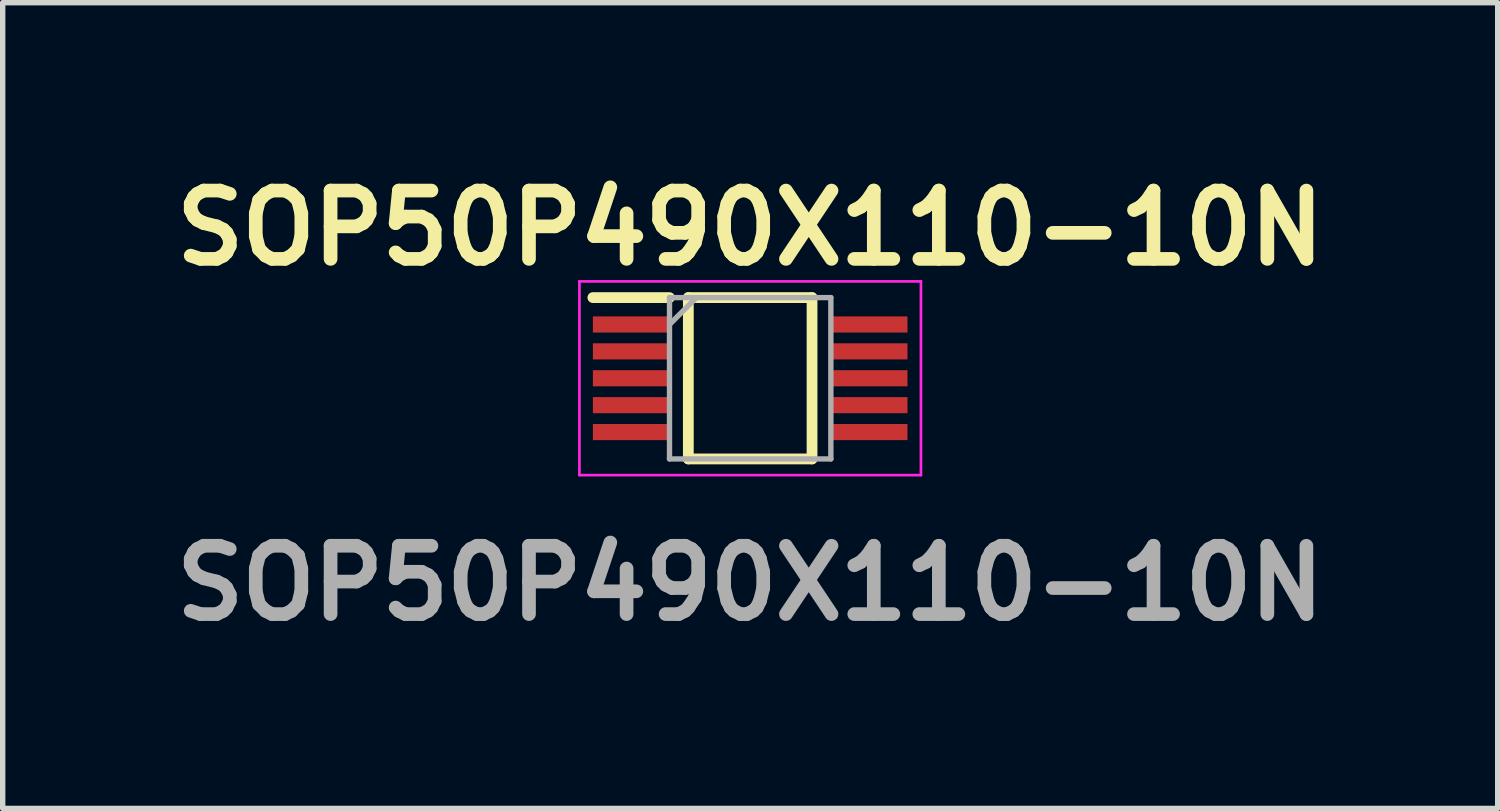
<source format=kicad_pcb>
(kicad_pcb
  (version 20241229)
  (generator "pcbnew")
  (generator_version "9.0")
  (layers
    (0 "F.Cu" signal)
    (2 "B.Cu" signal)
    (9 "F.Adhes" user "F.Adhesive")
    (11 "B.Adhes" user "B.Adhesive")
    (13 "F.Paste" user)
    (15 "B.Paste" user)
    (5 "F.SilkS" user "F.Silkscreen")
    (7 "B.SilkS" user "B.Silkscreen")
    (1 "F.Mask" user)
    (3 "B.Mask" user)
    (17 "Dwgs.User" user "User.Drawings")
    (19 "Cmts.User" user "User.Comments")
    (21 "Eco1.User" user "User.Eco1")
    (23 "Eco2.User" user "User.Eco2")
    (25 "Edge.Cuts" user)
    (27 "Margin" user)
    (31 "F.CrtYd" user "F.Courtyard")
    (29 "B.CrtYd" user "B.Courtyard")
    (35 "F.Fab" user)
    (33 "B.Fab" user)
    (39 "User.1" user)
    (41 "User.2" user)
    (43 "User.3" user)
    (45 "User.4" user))
  (footprint "SOP50P490X110-10N"
    (layer "F.Cu")
    (at 10.898 3.983)
    (property "Reference" "SOP50P490X110-10N" (at 0 -2.794 0) (layer "F.SilkS") (effects (font (size 1.27 1.27) (thickness 0.254))))
    (attr smd)
    (fp_line (start -2.925 -1.5) (end -1.5 -1.5) (stroke (width 0.2) (type solid)) (layer "F.SilkS"))
    (fp_line (start -1.15 -1.5) (end 1.15 -1.5) (stroke (width 0.2) (type solid)) (layer "F.SilkS"))
    (fp_line (start -1.15 1.5) (end -1.15 -1.5) (stroke (width 0.2) (type solid)) (layer "F.SilkS"))
    (fp_line (start 1.15 -1.5) (end 1.15 1.5) (stroke (width 0.2) (type solid)) (layer "F.SilkS"))
    (fp_line (start 1.15 1.5) (end -1.15 1.5) (stroke (width 0.2) (type solid)) (layer "F.SilkS"))
    (fp_line (start -3.175 -1.801) (end 3.175 -1.801) (stroke (width 0.05) (type solid)) (layer "F.CrtYd"))
    (fp_line (start -3.175 1.801) (end -3.175 -1.801) (stroke (width 0.05) (type solid)) (layer "F.CrtYd"))
    (fp_line (start 3.175 -1.801) (end 3.175 1.801) (stroke (width 0.05) (type solid)) (layer "F.CrtYd"))
    (fp_line (start 3.175 1.801) (end -3.175 1.801) (stroke (width 0.05) (type solid)) (layer "F.CrtYd"))
    (fp_line (start -1.5 -1.5) (end 1.5 -1.5) (stroke (width 0.1) (type solid)) (layer "F.Fab"))
    (fp_line (start -1.5 -1) (end -1 -1.5) (stroke (width 0.1) (type solid)) (layer "F.Fab"))
    (fp_line (start -1.5 1.5) (end -1.5 -1.5) (stroke (width 0.1) (type solid)) (layer "F.Fab"))
    (fp_line (start 1.5 -1.5) (end 1.5 1.5) (stroke (width 0.1) (type solid)) (layer "F.Fab"))
    (fp_line (start 1.5 1.5) (end -1.5 1.5) (stroke (width 0.1) (type solid)) (layer "F.Fab"))
    (fp_text user "${REFERENCE}" (at 0 3.81 0) (layer "F.Fab") (effects (font (size 1.27 1.27) (thickness 0.254))))
    (pad "1" smd rect (at -2.212 -1 90) (size 0.3 1.425) (layers "F.Cu" "F.Mask" "F.Paste"))
    (pad "2" smd rect (at -2.212 -0.5 90) (size 0.3 1.425) (layers "F.Cu" "F.Mask" "F.Paste"))
    (pad "3" smd rect (at -2.212 0 90) (size 0.3 1.425) (layers "F.Cu" "F.Mask" "F.Paste"))
    (pad "4" smd rect (at -2.212 0.5 90) (size 0.3 1.425) (layers "F.Cu" "F.Mask" "F.Paste"))
    (pad "5" smd rect (at -2.212 1 90) (size 0.3 1.425) (layers "F.Cu" "F.Mask" "F.Paste"))
    (pad "6" smd rect (at 2.212 1 90) (size 0.3 1.425) (layers "F.Cu" "F.Mask" "F.Paste"))
    (pad "7" smd rect (at 2.212 0.5 90) (size 0.3 1.425) (layers "F.Cu" "F.Mask" "F.Paste"))
    (pad "8" smd rect (at 2.212 0 90) (size 0.3 1.425) (layers "F.Cu" "F.Mask" "F.Paste"))
    (pad "9" smd rect (at 2.212 -0.5 90) (size 0.3 1.425) (layers "F.Cu" "F.Mask" "F.Paste"))
    (pad "10" smd rect (at 2.212 -1 90) (size 0.3 1.425) (layers "F.Cu" "F.Mask" "F.Paste")))
  (gr_rect
    (start -3 -3)
    (end 24.796 11.981)
    (stroke (width 0.1) (type default))
    (fill no)
    (layer "Edge.Cuts")))
</source>
